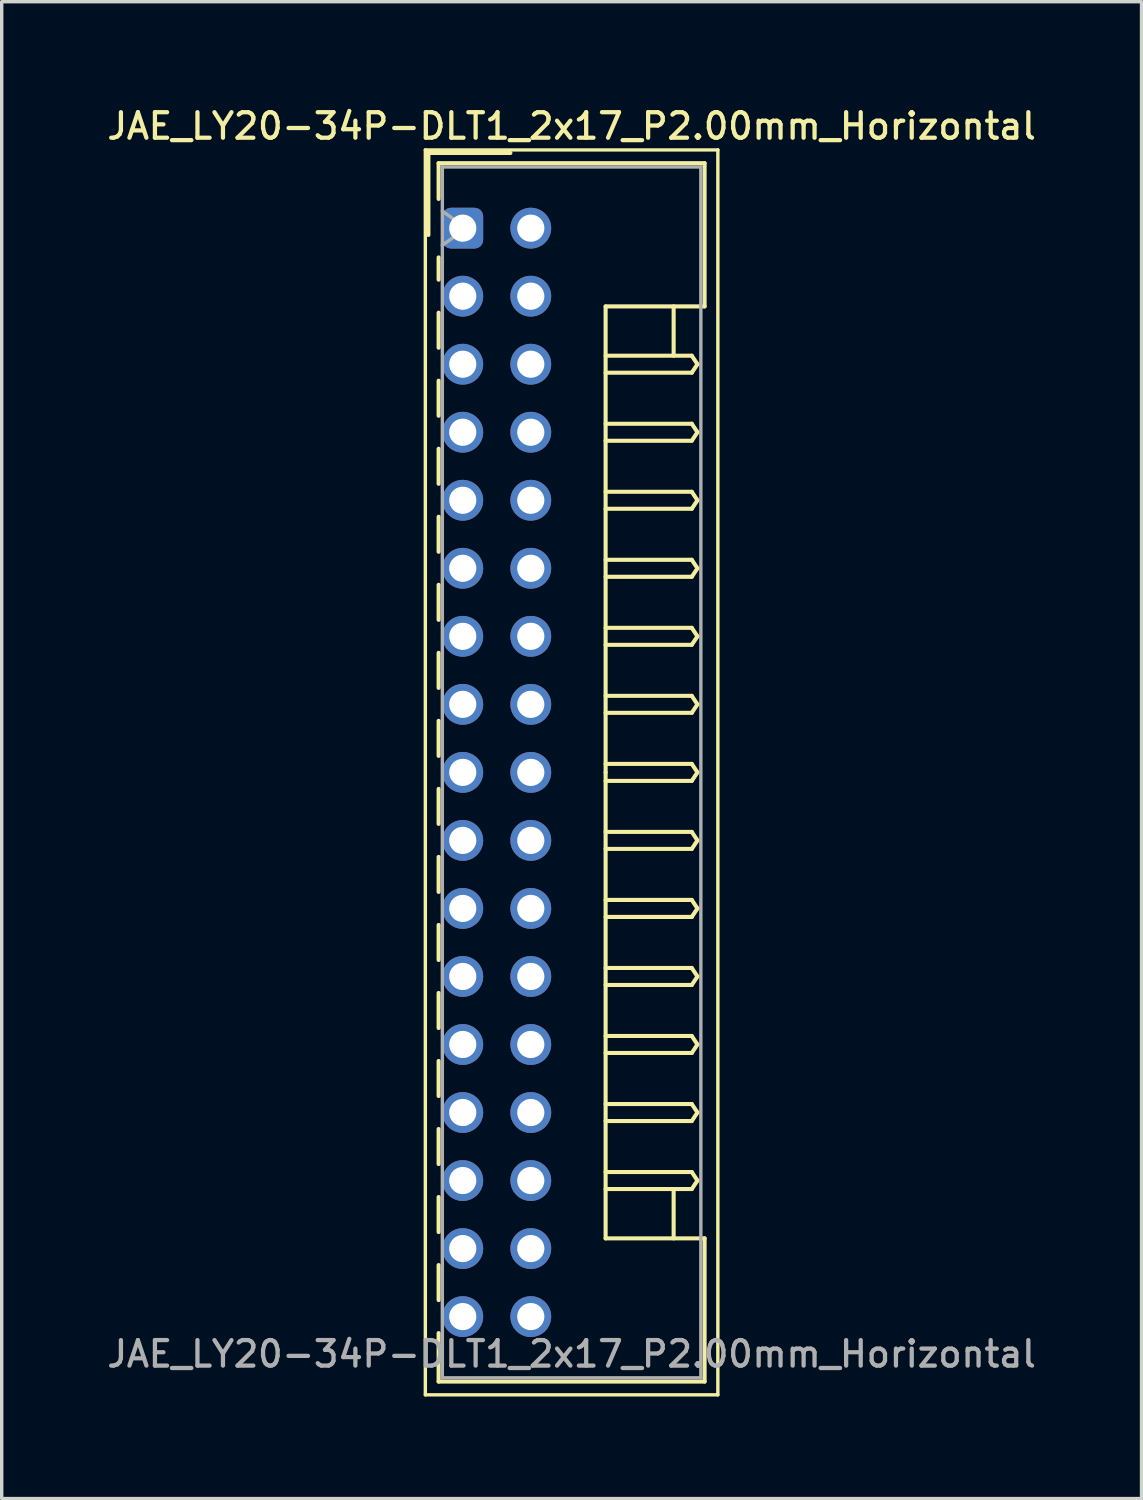
<source format=kicad_pcb>
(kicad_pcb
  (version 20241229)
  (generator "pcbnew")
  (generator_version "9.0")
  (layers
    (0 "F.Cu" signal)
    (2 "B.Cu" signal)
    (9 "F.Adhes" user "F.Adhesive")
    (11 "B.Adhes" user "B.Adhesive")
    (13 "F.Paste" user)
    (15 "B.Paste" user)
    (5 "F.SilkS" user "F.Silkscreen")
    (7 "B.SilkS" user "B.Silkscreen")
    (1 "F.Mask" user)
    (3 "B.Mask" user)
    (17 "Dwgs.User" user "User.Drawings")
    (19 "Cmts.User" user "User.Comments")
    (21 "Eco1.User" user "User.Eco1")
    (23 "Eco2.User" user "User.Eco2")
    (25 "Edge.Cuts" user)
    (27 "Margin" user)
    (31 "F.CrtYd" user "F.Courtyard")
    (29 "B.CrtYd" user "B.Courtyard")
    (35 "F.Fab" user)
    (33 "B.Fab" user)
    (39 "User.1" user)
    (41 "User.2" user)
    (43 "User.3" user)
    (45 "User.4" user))
  (footprint "JAE_LY20-34P-DLT1_2x17_P2.00mm_Horizontal"
    (layer "F.Cu")
    (at 10.555 3.658)
    (property "Reference" "JAE_LY20-34P-DLT1_2x17_P2.00mm_Horizontal" (at 3.2 -3 0) (layer "F.SilkS") (effects (font (size 0.75 0.75) (thickness 0.125))))
    (attr through_hole)
    (fp_line (start -1.1 -2.3) (end -1.1 34.3) (stroke (width 0.1) (type solid)) (layer "F.SilkS"))
    (fp_line (start -1.1 34.3) (end 7.5 34.3) (stroke (width 0.1) (type solid)) (layer "F.SilkS"))
    (fp_line (start -1.01 -2.21) (end -1.01 0.2) (stroke (width 0.12) (type solid)) (layer "F.SilkS"))
    (fp_line (start -0.71 -1.91) (end -0.71 -0.86) (stroke (width 0.12) (type solid)) (layer "F.SilkS"))
    (fp_line (start -0.71 -1.91) (end 7.11 -1.91) (stroke (width 0.12) (type solid)) (layer "F.SilkS"))
    (fp_line (start -0.71 0.86) (end -0.71 1.515) (stroke (width 0.12) (type solid)) (layer "F.SilkS"))
    (fp_line (start -0.71 2.485) (end -0.71 3.515) (stroke (width 0.12) (type solid)) (layer "F.SilkS"))
    (fp_line (start -0.71 4.485) (end -0.71 5.515) (stroke (width 0.12) (type solid)) (layer "F.SilkS"))
    (fp_line (start -0.71 6.485) (end -0.71 7.515) (stroke (width 0.12) (type solid)) (layer "F.SilkS"))
    (fp_line (start -0.71 8.485) (end -0.71 9.515) (stroke (width 0.12) (type solid)) (layer "F.SilkS"))
    (fp_line (start -0.71 10.485) (end -0.71 11.515) (stroke (width 0.12) (type solid)) (layer "F.SilkS"))
    (fp_line (start -0.71 12.485) (end -0.71 13.515) (stroke (width 0.12) (type solid)) (layer "F.SilkS"))
    (fp_line (start -0.71 14.485) (end -0.71 15.515) (stroke (width 0.12) (type solid)) (layer "F.SilkS"))
    (fp_line (start -0.71 16.485) (end -0.71 17.515) (stroke (width 0.12) (type solid)) (layer "F.SilkS"))
    (fp_line (start -0.71 18.485) (end -0.71 19.515) (stroke (width 0.12) (type solid)) (layer "F.SilkS"))
    (fp_line (start -0.71 20.485) (end -0.71 21.515) (stroke (width 0.12) (type solid)) (layer "F.SilkS"))
    (fp_line (start -0.71 22.485) (end -0.71 23.515) (stroke (width 0.12) (type solid)) (layer "F.SilkS"))
    (fp_line (start -0.71 24.485) (end -0.71 25.515) (stroke (width 0.12) (type solid)) (layer "F.SilkS"))
    (fp_line (start -0.71 26.485) (end -0.71 27.515) (stroke (width 0.12) (type solid)) (layer "F.SilkS"))
    (fp_line (start -0.71 28.485) (end -0.71 29.515) (stroke (width 0.12) (type solid)) (layer "F.SilkS"))
    (fp_line (start -0.71 30.485) (end -0.71 31.515) (stroke (width 0.12) (type solid)) (layer "F.SilkS"))
    (fp_line (start -0.71 32.485) (end -0.71 33.91) (stroke (width 0.12) (type solid)) (layer "F.SilkS"))
    (fp_line (start -0.71 33.91) (end 7.11 33.91) (stroke (width 0.12) (type solid)) (layer "F.SilkS"))
    (fp_line (start 1.4 -2.21) (end -1.01 -2.21) (stroke (width 0.12) (type solid)) (layer "F.SilkS"))
    (fp_line (start 4.2 2.3) (end 4.2 16) (stroke (width 0.12) (type solid)) (layer "F.SilkS"))
    (fp_line (start 4.2 3.75) (end 6.733 3.75) (stroke (width 0.12) (type solid)) (layer "F.SilkS"))
    (fp_line (start 4.2 5.75) (end 6.733 5.75) (stroke (width 0.12) (type solid)) (layer "F.SilkS"))
    (fp_line (start 4.2 7.75) (end 6.733 7.75) (stroke (width 0.12) (type solid)) (layer "F.SilkS"))
    (fp_line (start 4.2 9.75) (end 6.733 9.75) (stroke (width 0.12) (type solid)) (layer "F.SilkS"))
    (fp_line (start 4.2 11.75) (end 6.733 11.75) (stroke (width 0.12) (type solid)) (layer "F.SilkS"))
    (fp_line (start 4.2 13.75) (end 6.733 13.75) (stroke (width 0.12) (type solid)) (layer "F.SilkS"))
    (fp_line (start 4.2 15.75) (end 6.733 15.75) (stroke (width 0.12) (type solid)) (layer "F.SilkS"))
    (fp_line (start 4.2 17.75) (end 6.733 17.75) (stroke (width 0.12) (type solid)) (layer "F.SilkS"))
    (fp_line (start 4.2 19.75) (end 6.733 19.75) (stroke (width 0.12) (type solid)) (layer "F.SilkS"))
    (fp_line (start 4.2 21.75) (end 6.733 21.75) (stroke (width 0.12) (type solid)) (layer "F.SilkS"))
    (fp_line (start 4.2 23.75) (end 6.733 23.75) (stroke (width 0.12) (type solid)) (layer "F.SilkS"))
    (fp_line (start 4.2 25.75) (end 6.733 25.75) (stroke (width 0.12) (type solid)) (layer "F.SilkS"))
    (fp_line (start 4.2 27.75) (end 6.733 27.75) (stroke (width 0.12) (type solid)) (layer "F.SilkS"))
    (fp_line (start 4.2 29.7) (end 4.2 16) (stroke (width 0.12) (type solid)) (layer "F.SilkS"))
    (fp_line (start 6.2 2.3) (end 6.2 3.75) (stroke (width 0.12) (type solid)) (layer "F.SilkS"))
    (fp_line (start 6.2 29.7) (end 6.2 28.25) (stroke (width 0.12) (type solid)) (layer "F.SilkS"))
    (fp_line (start 6.733 3.75) (end 6.9 4) (stroke (width 0.12) (type solid)) (layer "F.SilkS"))
    (fp_line (start 6.733 4.25) (end 4.2 4.25) (stroke (width 0.12) (type solid)) (layer "F.SilkS"))
    (fp_line (start 6.733 5.75) (end 6.9 6) (stroke (width 0.12) (type solid)) (layer "F.SilkS"))
    (fp_line (start 6.733 6.25) (end 4.2 6.25) (stroke (width 0.12) (type solid)) (layer "F.SilkS"))
    (fp_line (start 6.733 7.75) (end 6.9 8) (stroke (width 0.12) (type solid)) (layer "F.SilkS"))
    (fp_line (start 6.733 8.25) (end 4.2 8.25) (stroke (width 0.12) (type solid)) (layer "F.SilkS"))
    (fp_line (start 6.733 9.75) (end 6.9 10) (stroke (width 0.12) (type solid)) (layer "F.SilkS"))
    (fp_line (start 6.733 10.25) (end 4.2 10.25) (stroke (width 0.12) (type solid)) (layer "F.SilkS"))
    (fp_line (start 6.733 11.75) (end 6.9 12) (stroke (width 0.12) (type solid)) (layer "F.SilkS"))
    (fp_line (start 6.733 12.25) (end 4.2 12.25) (stroke (width 0.12) (type solid)) (layer "F.SilkS"))
    (fp_line (start 6.733 13.75) (end 6.9 14) (stroke (width 0.12) (type solid)) (layer "F.SilkS"))
    (fp_line (start 6.733 14.25) (end 4.2 14.25) (stroke (width 0.12) (type solid)) (layer "F.SilkS"))
    (fp_line (start 6.733 15.75) (end 6.9 16) (stroke (width 0.12) (type solid)) (layer "F.SilkS"))
    (fp_line (start 6.733 16.25) (end 4.2 16.25) (stroke (width 0.12) (type solid)) (layer "F.SilkS"))
    (fp_line (start 6.733 17.75) (end 6.9 18) (stroke (width 0.12) (type solid)) (layer "F.SilkS"))
    (fp_line (start 6.733 18.25) (end 4.2 18.25) (stroke (width 0.12) (type solid)) (layer "F.SilkS"))
    (fp_line (start 6.733 19.75) (end 6.9 20) (stroke (width 0.12) (type solid)) (layer "F.SilkS"))
    (fp_line (start 6.733 20.25) (end 4.2 20.25) (stroke (width 0.12) (type solid)) (layer "F.SilkS"))
    (fp_line (start 6.733 21.75) (end 6.9 22) (stroke (width 0.12) (type solid)) (layer "F.SilkS"))
    (fp_line (start 6.733 22.25) (end 4.2 22.25) (stroke (width 0.12) (type solid)) (layer "F.SilkS"))
    (fp_line (start 6.733 23.75) (end 6.9 24) (stroke (width 0.12) (type solid)) (layer "F.SilkS"))
    (fp_line (start 6.733 24.25) (end 4.2 24.25) (stroke (width 0.12) (type solid)) (layer "F.SilkS"))
    (fp_line (start 6.733 25.75) (end 6.9 26) (stroke (width 0.12) (type solid)) (layer "F.SilkS"))
    (fp_line (start 6.733 26.25) (end 4.2 26.25) (stroke (width 0.12) (type solid)) (layer "F.SilkS"))
    (fp_line (start 6.733 27.75) (end 6.9 28) (stroke (width 0.12) (type solid)) (layer "F.SilkS"))
    (fp_line (start 6.733 28.25) (end 4.2 28.25) (stroke (width 0.12) (type solid)) (layer "F.SilkS"))
    (fp_line (start 6.9 4) (end 6.733 4.25) (stroke (width 0.12) (type solid)) (layer "F.SilkS"))
    (fp_line (start 6.9 6) (end 6.733 6.25) (stroke (width 0.12) (type solid)) (layer "F.SilkS"))
    (fp_line (start 6.9 8) (end 6.733 8.25) (stroke (width 0.12) (type solid)) (layer "F.SilkS"))
    (fp_line (start 6.9 10) (end 6.733 10.25) (stroke (width 0.12) (type solid)) (layer "F.SilkS"))
    (fp_line (start 6.9 12) (end 6.733 12.25) (stroke (width 0.12) (type solid)) (layer "F.SilkS"))
    (fp_line (start 6.9 14) (end 6.733 14.25) (stroke (width 0.12) (type solid)) (layer "F.SilkS"))
    (fp_line (start 6.9 16) (end 6.733 16.25) (stroke (width 0.12) (type solid)) (layer "F.SilkS"))
    (fp_line (start 6.9 18) (end 6.733 18.25) (stroke (width 0.12) (type solid)) (layer "F.SilkS"))
    (fp_line (start 6.9 20) (end 6.733 20.25) (stroke (width 0.12) (type solid)) (layer "F.SilkS"))
    (fp_line (start 6.9 22) (end 6.733 22.25) (stroke (width 0.12) (type solid)) (layer "F.SilkS"))
    (fp_line (start 6.9 24) (end 6.733 24.25) (stroke (width 0.12) (type solid)) (layer "F.SilkS"))
    (fp_line (start 6.9 26) (end 6.733 26.25) (stroke (width 0.12) (type solid)) (layer "F.SilkS"))
    (fp_line (start 6.9 28) (end 6.733 28.25) (stroke (width 0.12) (type solid)) (layer "F.SilkS"))
    (fp_line (start 7.11 -1.91) (end 7.11 2.3) (stroke (width 0.12) (type solid)) (layer "F.SilkS"))
    (fp_line (start 7.11 2.3) (end 4.2 2.3) (stroke (width 0.12) (type solid)) (layer "F.SilkS"))
    (fp_line (start 7.11 29.7) (end 4.2 29.7) (stroke (width 0.12) (type solid)) (layer "F.SilkS"))
    (fp_line (start 7.11 33.91) (end 7.11 29.7) (stroke (width 0.12) (type solid)) (layer "F.SilkS"))
    (fp_line (start 7.5 -2.3) (end -1.1 -2.3) (stroke (width 0.1) (type solid)) (layer "F.SilkS"))
    (fp_line (start 7.5 34.3) (end 7.5 -2.3) (stroke (width 0.1) (type solid)) (layer "F.SilkS"))
    (fp_line (start -0.6 -1.8) (end -0.6 33.8) (stroke (width 0.1) (type solid)) (layer "F.Fab"))
    (fp_line (start -0.6 0.5) (end 0.107 0) (stroke (width 0.1) (type solid)) (layer "F.Fab"))
    (fp_line (start -0.6 33.8) (end 7 33.8) (stroke (width 0.1) (type solid)) (layer "F.Fab"))
    (fp_line (start 0.107 0) (end -0.6 -0.5) (stroke (width 0.1) (type solid)) (layer "F.Fab"))
    (fp_line (start 7 -1.8) (end -0.6 -1.8) (stroke (width 0.1) (type solid)) (layer "F.Fab"))
    (fp_line (start 7 33.8) (end 7 -1.8) (stroke (width 0.1) (type solid)) (layer "F.Fab"))
    (fp_text user "${REFERENCE}" (at 3.2 33.1 0) (layer "F.Fab") (effects (font (size 0.75 0.75) (thickness 0.125))))
    (pad "a1" thru_hole roundrect (at 0 0) (size 1.2 1.2) (drill 0.8) (layers "*.Cu" "*.Mask") (roundrect_rratio 0.208))
    (pad "a2" thru_hole circle (at 0 2) (size 1.2 1.2) (drill 0.8) (layers "*.Cu" "*.Mask"))
    (pad "a3" thru_hole circle (at 0 4) (size 1.2 1.2) (drill 0.8) (layers "*.Cu" "*.Mask"))
    (pad "a4" thru_hole circle (at 0 6) (size 1.2 1.2) (drill 0.8) (layers "*.Cu" "*.Mask"))
    (pad "a5" thru_hole circle (at 0 8) (size 1.2 1.2) (drill 0.8) (layers "*.Cu" "*.Mask"))
    (pad "a6" thru_hole circle (at 0 10) (size 1.2 1.2) (drill 0.8) (layers "*.Cu" "*.Mask"))
    (pad "a7" thru_hole circle (at 0 12) (size 1.2 1.2) (drill 0.8) (layers "*.Cu" "*.Mask"))
    (pad "a8" thru_hole circle (at 0 14) (size 1.2 1.2) (drill 0.8) (layers "*.Cu" "*.Mask"))
    (pad "a9" thru_hole circle (at 0 16) (size 1.2 1.2) (drill 0.8) (layers "*.Cu" "*.Mask"))
    (pad "a10" thru_hole circle (at 0 18) (size 1.2 1.2) (drill 0.8) (layers "*.Cu" "*.Mask"))
    (pad "a11" thru_hole circle (at 0 20) (size 1.2 1.2) (drill 0.8) (layers "*.Cu" "*.Mask"))
    (pad "a12" thru_hole circle (at 0 22) (size 1.2 1.2) (drill 0.8) (layers "*.Cu" "*.Mask"))
    (pad "a13" thru_hole circle (at 0 24) (size 1.2 1.2) (drill 0.8) (layers "*.Cu" "*.Mask"))
    (pad "a14" thru_hole circle (at 0 26) (size 1.2 1.2) (drill 0.8) (layers "*.Cu" "*.Mask"))
    (pad "a15" thru_hole circle (at 0 28) (size 1.2 1.2) (drill 0.8) (layers "*.Cu" "*.Mask"))
    (pad "a16" thru_hole circle (at 0 30) (size 1.2 1.2) (drill 0.8) (layers "*.Cu" "*.Mask"))
    (pad "a17" thru_hole circle (at 0 32) (size 1.2 1.2) (drill 0.8) (layers "*.Cu" "*.Mask"))
    (pad "b1" thru_hole circle (at 2 0) (size 1.2 1.2) (drill 0.8) (layers "*.Cu" "*.Mask"))
    (pad "b2" thru_hole circle (at 2 2) (size 1.2 1.2) (drill 0.8) (layers "*.Cu" "*.Mask"))
    (pad "b3" thru_hole circle (at 2 4) (size 1.2 1.2) (drill 0.8) (layers "*.Cu" "*.Mask"))
    (pad "b4" thru_hole circle (at 2 6) (size 1.2 1.2) (drill 0.8) (layers "*.Cu" "*.Mask"))
    (pad "b5" thru_hole circle (at 2 8) (size 1.2 1.2) (drill 0.8) (layers "*.Cu" "*.Mask"))
    (pad "b6" thru_hole circle (at 2 10) (size 1.2 1.2) (drill 0.8) (layers "*.Cu" "*.Mask"))
    (pad "b7" thru_hole circle (at 2 12) (size 1.2 1.2) (drill 0.8) (layers "*.Cu" "*.Mask"))
    (pad "b8" thru_hole circle (at 2 14) (size 1.2 1.2) (drill 0.8) (layers "*.Cu" "*.Mask"))
    (pad "b9" thru_hole circle (at 2 16) (size 1.2 1.2) (drill 0.8) (layers "*.Cu" "*.Mask"))
    (pad "b10" thru_hole circle (at 2 18) (size 1.2 1.2) (drill 0.8) (layers "*.Cu" "*.Mask"))
    (pad "b11" thru_hole circle (at 2 20) (size 1.2 1.2) (drill 0.8) (layers "*.Cu" "*.Mask"))
    (pad "b12" thru_hole circle (at 2 22) (size 1.2 1.2) (drill 0.8) (layers "*.Cu" "*.Mask"))
    (pad "b13" thru_hole circle (at 2 24) (size 1.2 1.2) (drill 0.8) (layers "*.Cu" "*.Mask"))
    (pad "b14" thru_hole circle (at 2 26) (size 1.2 1.2) (drill 0.8) (layers "*.Cu" "*.Mask"))
    (pad "b15" thru_hole circle (at 2 28) (size 1.2 1.2) (drill 0.8) (layers "*.Cu" "*.Mask"))
    (pad "b16" thru_hole circle (at 2 30) (size 1.2 1.2) (drill 0.8) (layers "*.Cu" "*.Mask"))
    (pad "b17" thru_hole circle (at 2 32) (size 1.2 1.2) (drill 0.8) (layers "*.Cu" "*.Mask")))
  (gr_rect
    (start -3 -3)
    (end 30.511 41.008)
    (stroke (width 0.1) (type default))
    (fill no)
    (layer "Edge.Cuts")))
</source>
